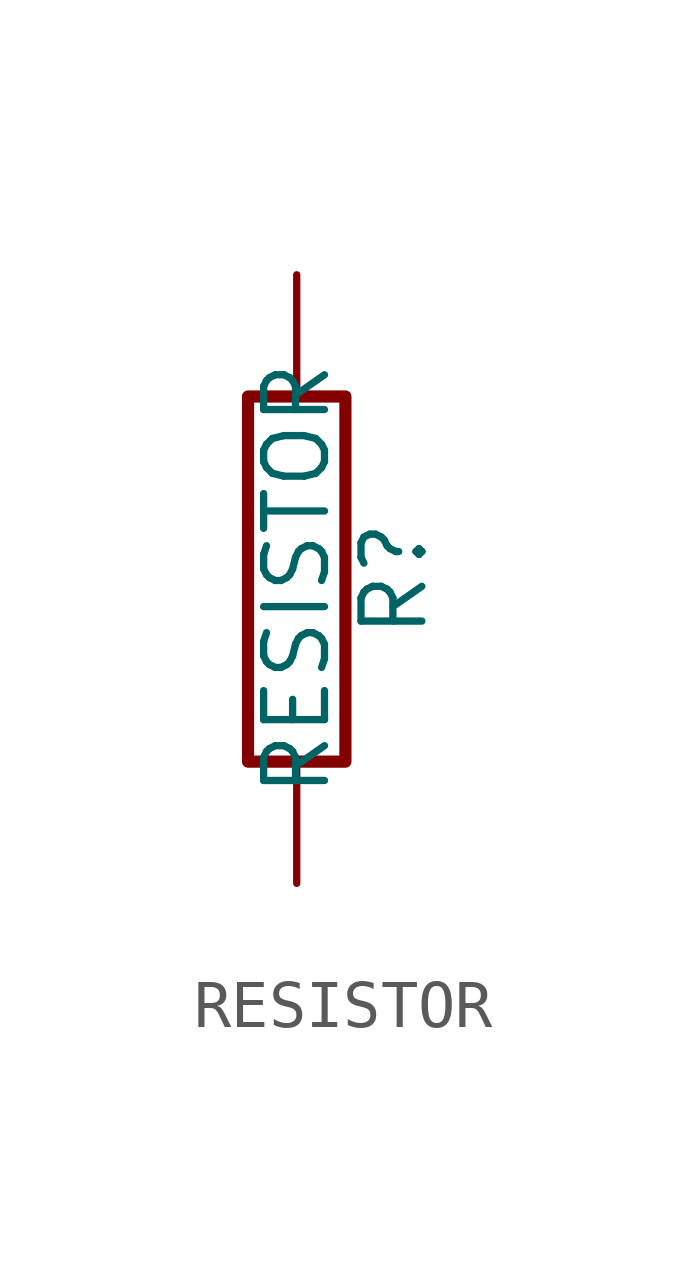
<source format=kicad_sym>
(kicad_symbol_lib
  (version 20211014)
  (generator kicad_symbol_editor)
  (symbol "RESISTOR"
    (pin_numbers hide)
    (pin_names
      (offset 0))
    (property "Reference" "R"
      (at 2.032 0 90)
      (effects (font (size 1.27 1.27))))
    (property "Value" "RESISTOR"
      (at 0 0 90)
      (effects (font (size 1.27 1.27))))
    (symbol "RESISTOR_0_1"
      (rectangle (start -1.016 3.81) (end 1.016 -3.81) (stroke (width 0.254) (type default) (color 0 0 0 0)) (fill (type none))))
    (symbol "RESISTOR_1_1"
      (pin passive line (at 0 6.35 270) (length 2.54) (name "~" (effects (font (size 1.27 1.27)))) (number "1" (effects (font (size 1.27 1.27)))))
      (pin passive line (at 0 -6.35 90) (length 2.54) (name "~" (effects (font (size 1.27 1.27)))) (number "2" (effects (font (size 1.27 1.27))))))))
</source>
